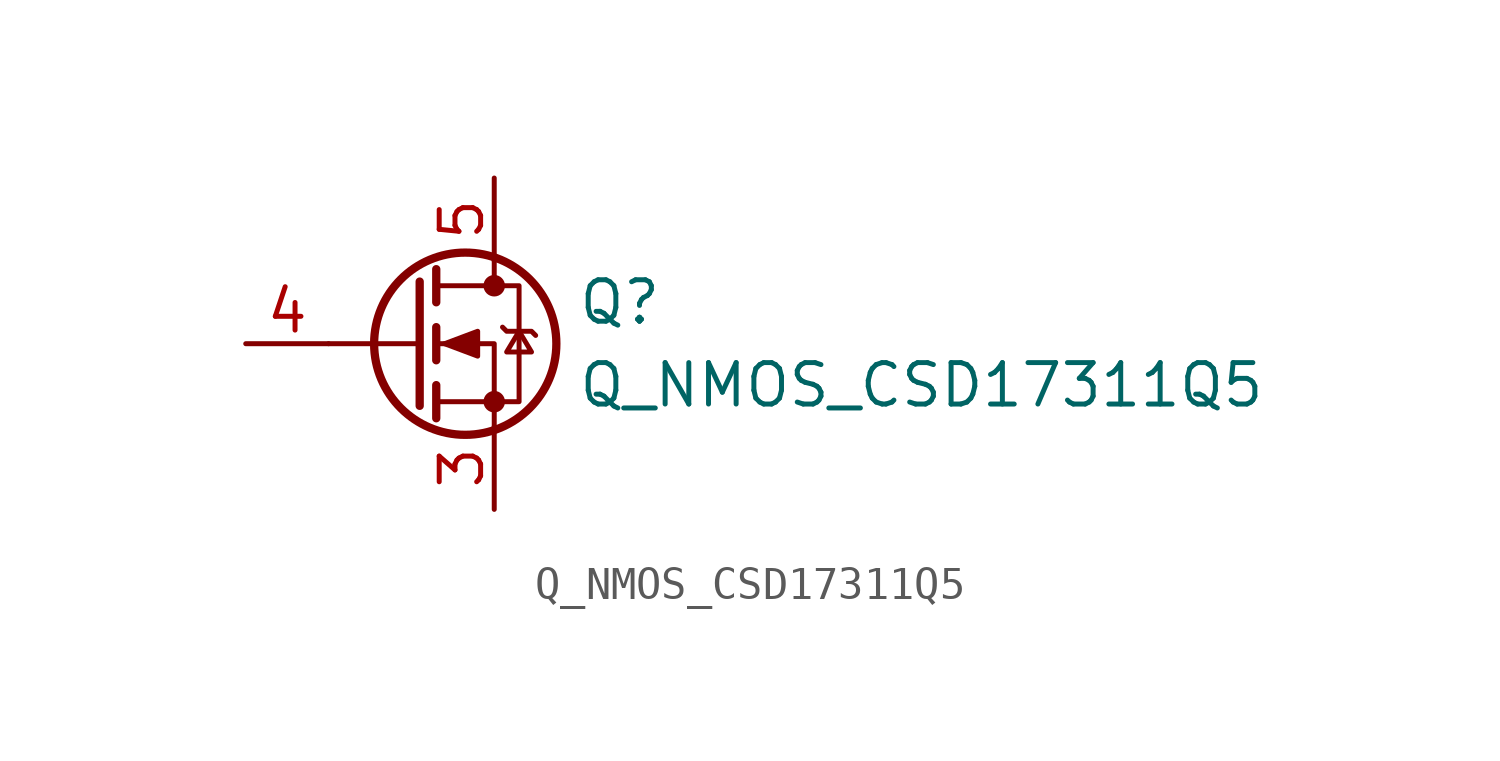
<source format=kicad_sym>
(kicad_symbol_lib
  (version 20211014)
  (generator kicad_symbol_editor)
  (symbol "Q_NMOS_CSD17311Q5"
    (pin_names
      (offset 0) hide)
    (property "Reference" "Q"
      (at 5.08 1.27 0)
      (effects (font (size 1.27 1.27)) (justify left)))
    (property "Value" "Q_NMOS_CSD17311Q5"
      (at 5.08 -1.27 0)
      (effects (font (size 1.27 1.27)) (justify left)))
    (symbol "Q_NMOS_CSD17311Q5_0_1"
      (polyline (pts (xy 0.254 0) (xy -2.54 0)) (stroke (width 0) (type default) (color 0 0 0 0)) (fill (type none)))
      (polyline (pts (xy 0.254 1.905) (xy 0.254 -1.905)) (stroke (width 0.254) (type default) (color 0 0 0 0)) (fill (type none)))
      (polyline (pts (xy 0.762 -1.27) (xy 0.762 -2.286)) (stroke (width 0.254) (type default) (color 0 0 0 0)) (fill (type none)))
      (polyline (pts (xy 0.762 0.508) (xy 0.762 -0.508)) (stroke (width 0.254) (type default) (color 0 0 0 0)) (fill (type none)))
      (polyline (pts (xy 0.762 2.286) (xy 0.762 1.27)) (stroke (width 0.254) (type default) (color 0 0 0 0)) (fill (type none)))
      (polyline (pts (xy 2.54 2.54) (xy 2.54 1.778)) (stroke (width 0) (type default) (color 0 0 0 0)) (fill (type none)))
      (polyline (pts (xy 2.54 -2.54) (xy 2.54 0) (xy 0.762 0)) (stroke (width 0) (type default) (color 0 0 0 0)) (fill (type none)))
      (polyline (pts (xy 0.762 -1.778) (xy 3.302 -1.778) (xy 3.302 1.778) (xy 0.762 1.778)) (stroke (width 0) (type default) (color 0 0 0 0)) (fill (type none)))
      (polyline (pts (xy 1.016 0) (xy 2.032 0.381) (xy 2.032 -0.381) (xy 1.016 0)) (stroke (width 0) (type default) (color 0 0 0 0)) (fill (type outline)))
      (polyline (pts (xy 2.794 0.508) (xy 2.921 0.381) (xy 3.683 0.381) (xy 3.81 0.254)) (stroke (width 0) (type default) (color 0 0 0 0)) (fill (type none)))
      (polyline (pts (xy 3.302 0.381) (xy 2.921 -0.254) (xy 3.683 -0.254) (xy 3.302 0.381)) (stroke (width 0) (type default) (color 0 0 0 0)) (fill (type none)))
      (circle (center 1.651 0) (radius 2.794) (stroke (width 0.254) (type default) (color 0 0 0 0)) (fill (type none)))
      (circle (center 2.54 -1.778) (radius 0.254) (stroke (width 0) (type default) (color 0 0 0 0)) (fill (type outline)))
      (circle (center 2.54 1.778) (radius 0.254) (stroke (width 0) (type default) (color 0 0 0 0)) (fill (type outline))))
    (symbol "Q_NMOS_CSD17311Q5_1_1"
      (pin passive line (at 2.54 -5.08 90) (length 2.54) hide (name "" (effects (font (size 1.27 1.27)))) (number "1" (effects (font (size 1.27 1.27)))))
      (pin passive line (at 2.54 -5.08 90) (length 2.54) hide (name "" (effects (font (size 1.27 1.27)))) (number "2" (effects (font (size 1.27 1.27)))))
      (pin passive line (at 2.54 -5.08 90) (length 2.54) (name "S" (effects (font (size 1.27 1.27)))) (number "3" (effects (font (size 1.27 1.27)))))
      (pin input line (at -5.08 0 0) (length 2.54) (name "G" (effects (font (size 1.27 1.27)))) (number "4" (effects (font (size 1.27 1.27)))))
      (pin passive line (at 2.54 5.08 270) (length 2.54) (name "D" (effects (font (size 1.27 1.27)))) (number "5" (effects (font (size 1.27 1.27))))))))
</source>
